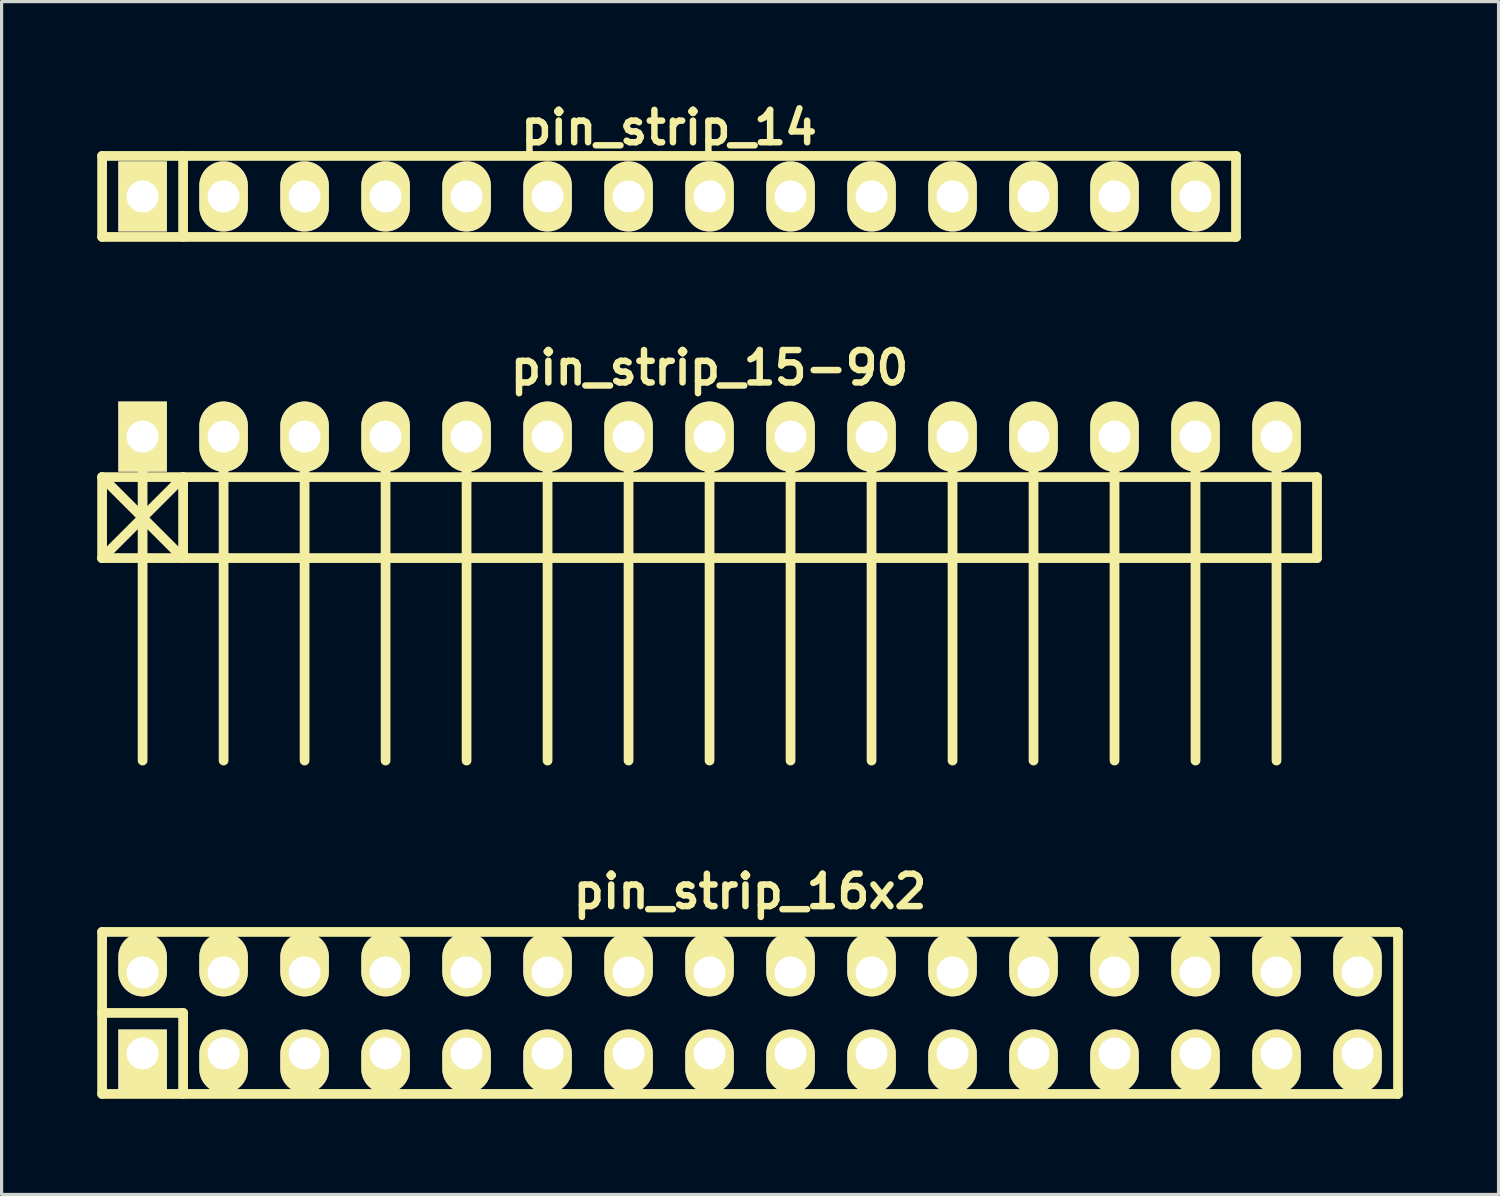
<source format=kicad_pcb>
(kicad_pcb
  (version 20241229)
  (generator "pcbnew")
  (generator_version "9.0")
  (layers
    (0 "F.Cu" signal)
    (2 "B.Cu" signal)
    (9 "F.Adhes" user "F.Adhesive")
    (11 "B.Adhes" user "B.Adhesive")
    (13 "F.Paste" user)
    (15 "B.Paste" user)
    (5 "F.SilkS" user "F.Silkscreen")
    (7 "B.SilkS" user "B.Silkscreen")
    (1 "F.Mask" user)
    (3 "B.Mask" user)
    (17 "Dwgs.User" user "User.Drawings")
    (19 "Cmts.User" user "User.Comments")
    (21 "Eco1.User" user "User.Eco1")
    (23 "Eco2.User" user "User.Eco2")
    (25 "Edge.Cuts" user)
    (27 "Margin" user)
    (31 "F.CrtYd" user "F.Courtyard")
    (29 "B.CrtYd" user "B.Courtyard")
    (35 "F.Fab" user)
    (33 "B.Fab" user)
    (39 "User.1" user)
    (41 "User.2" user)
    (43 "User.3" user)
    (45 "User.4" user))
  (footprint "pin_strip_16x2"
    (layer "F.Cu")
    (at 20.472 28.716)
    (property "Reference" "pin_strip_16x2" (at 0 -3.81 0) (layer "F.SilkS") (effects (font (size 1.016 1.016) (thickness 0.203))))
    (attr through_hole)
    (fp_line (start -20.32 -2.54) (end -20.32 2.54) (stroke (width 0.305) (type solid)) (layer "F.SilkS"))
    (fp_line (start -20.32 -2.54) (end 20.32 -2.54) (stroke (width 0.305) (type solid)) (layer "F.SilkS"))
    (fp_line (start -20.32 0) (end -17.78 0) (stroke (width 0.305) (type solid)) (layer "F.SilkS"))
    (fp_line (start -17.78 0) (end -17.78 2.54) (stroke (width 0.305) (type solid)) (layer "F.SilkS"))
    (fp_line (start 20.32 2.54) (end -20.32 2.54) (stroke (width 0.305) (type solid)) (layer "F.SilkS"))
    (fp_line (start 20.32 2.54) (end 20.32 -2.54) (stroke (width 0.305) (type solid)) (layer "F.SilkS"))
    (pad "1" thru_hole rect (at -19.05 1.27) (size 1.524 1.999) (drill 1.001 (offset 0 0.249)) (layers "*.Cu" "*.Mask" "F.SilkS"))
    (pad "2" thru_hole oval (at -19.05 -1.27) (size 1.524 1.999) (drill 1.001 (offset 0 -0.249)) (layers "*.Cu" "*.Mask" "F.SilkS"))
    (pad "3" thru_hole oval (at -16.51 1.27) (size 1.524 1.999) (drill 1.001 (offset 0 0.249)) (layers "*.Cu" "*.Mask" "F.SilkS"))
    (pad "4" thru_hole oval (at -16.51 -1.27) (size 1.524 1.999) (drill 1.001 (offset 0 -0.249)) (layers "*.Cu" "*.Mask" "F.SilkS"))
    (pad "5" thru_hole oval (at -13.97 1.27) (size 1.524 1.999) (drill 1.001 (offset 0 0.249)) (layers "*.Cu" "*.Mask" "F.SilkS"))
    (pad "6" thru_hole oval (at -13.97 -1.27) (size 1.524 1.999) (drill 1.001 (offset 0 -0.249)) (layers "*.Cu" "*.Mask" "F.SilkS"))
    (pad "7" thru_hole oval (at -11.43 1.27) (size 1.524 1.999) (drill 1.001 (offset 0 0.249)) (layers "*.Cu" "*.Mask" "F.SilkS"))
    (pad "8" thru_hole oval (at -11.43 -1.27) (size 1.524 1.999) (drill 1.001 (offset 0 -0.249)) (layers "*.Cu" "*.Mask" "F.SilkS"))
    (pad "9" thru_hole oval (at -8.89 1.27) (size 1.524 1.999) (drill 1.001 (offset 0 0.249)) (layers "*.Cu" "*.Mask" "F.SilkS"))
    (pad "10" thru_hole oval (at -8.89 -1.27) (size 1.524 1.999) (drill 1.001 (offset 0 -0.249)) (layers "*.Cu" "*.Mask" "F.SilkS"))
    (pad "11" thru_hole oval (at -6.35 1.27) (size 1.524 1.999) (drill 1.001 (offset 0 0.249)) (layers "*.Cu" "*.Mask" "F.SilkS"))
    (pad "12" thru_hole oval (at -6.35 -1.27) (size 1.524 1.999) (drill 1.001 (offset 0 -0.249)) (layers "*.Cu" "*.Mask" "F.SilkS"))
    (pad "13" thru_hole oval (at -3.81 1.27) (size 1.524 1.999) (drill 1.001 (offset 0 0.249)) (layers "*.Cu" "*.Mask" "F.SilkS"))
    (pad "14" thru_hole oval (at -3.81 -1.27) (size 1.524 1.999) (drill 1.001 (offset 0 -0.249)) (layers "*.Cu" "*.Mask" "F.SilkS"))
    (pad "15" thru_hole oval (at -1.27 1.27) (size 1.524 1.999) (drill 1.001 (offset 0 0.249)) (layers "*.Cu" "*.Mask" "F.SilkS"))
    (pad "16" thru_hole oval (at -1.27 -1.27) (size 1.524 1.999) (drill 1.001 (offset 0 -0.249)) (layers "*.Cu" "*.Mask" "F.SilkS"))
    (pad "17" thru_hole oval (at 1.27 1.27) (size 1.524 1.999) (drill 1.001 (offset 0 0.249)) (layers "*.Cu" "*.Mask" "F.SilkS"))
    (pad "18" thru_hole oval (at 1.27 -1.27) (size 1.524 1.999) (drill 1.001 (offset 0 -0.249)) (layers "*.Cu" "*.Mask" "F.SilkS"))
    (pad "19" thru_hole oval (at 3.81 1.27) (size 1.524 1.999) (drill 1.001 (offset 0 0.249)) (layers "*.Cu" "*.Mask" "F.SilkS"))
    (pad "20" thru_hole oval (at 3.81 -1.27) (size 1.524 1.999) (drill 1.001 (offset 0 -0.249)) (layers "*.Cu" "*.Mask" "F.SilkS"))
    (pad "21" thru_hole oval (at 6.35 1.27) (size 1.524 1.999) (drill 1.001 (offset 0 0.249)) (layers "*.Cu" "*.Mask" "F.SilkS"))
    (pad "22" thru_hole oval (at 6.35 -1.27) (size 1.524 1.999) (drill 1.001 (offset 0 -0.249)) (layers "*.Cu" "*.Mask" "F.SilkS"))
    (pad "23" thru_hole oval (at 8.89 1.27) (size 1.524 1.999) (drill 1.001 (offset 0 0.249)) (layers "*.Cu" "*.Mask" "F.SilkS"))
    (pad "24" thru_hole oval (at 8.89 -1.27) (size 1.524 1.999) (drill 1.001 (offset 0 -0.249)) (layers "*.Cu" "*.Mask" "F.SilkS"))
    (pad "25" thru_hole oval (at 11.43 1.27) (size 1.524 1.999) (drill 1.001 (offset 0 0.249)) (layers "*.Cu" "*.Mask" "F.SilkS"))
    (pad "26" thru_hole oval (at 11.43 -1.27) (size 1.524 1.999) (drill 1.001 (offset 0 -0.249)) (layers "*.Cu" "*.Mask" "F.SilkS"))
    (pad "27" thru_hole oval (at 13.97 1.27) (size 1.524 1.999) (drill 1.001 (offset 0 0.249)) (layers "*.Cu" "*.Mask" "F.SilkS"))
    (pad "28" thru_hole oval (at 13.97 -1.27) (size 1.524 1.999) (drill 1.001 (offset 0 -0.249)) (layers "*.Cu" "*.Mask" "F.SilkS"))
    (pad "29" thru_hole oval (at 16.51 1.27) (size 1.524 1.999) (drill 1.001 (offset 0 0.249)) (layers "*.Cu" "*.Mask" "F.SilkS"))
    (pad "30" thru_hole oval (at 16.51 -1.27) (size 1.524 1.999) (drill 1.001 (offset 0 -0.249)) (layers "*.Cu" "*.Mask" "F.SilkS"))
    (pad "31" thru_hole oval (at 19.05 1.27) (size 1.524 1.999) (drill 1.001 (offset 0 0.249)) (layers "*.Cu" "*.Mask" "F.SilkS"))
    (pad "32" thru_hole oval (at 19.05 -1.27) (size 1.524 1.999) (drill 1.001 (offset 0 -0.249)) (layers "*.Cu" "*.Mask" "F.SilkS")))
  (footprint "pin_strip_15-90"
    (layer "F.Cu")
    (at 19.202 10.642)
    (property "Reference" "pin_strip_15-90" (at 0 -2.159 0) (layer "F.SilkS") (effects (font (size 1.016 1.016) (thickness 0.203))))
    (attr through_hole)
    (fp_line (start -19.05 1.27) (end 19.05 1.27) (stroke (width 0.305) (type solid)) (layer "F.SilkS"))
    (fp_line (start -19.05 3.81) (end -19.05 1.27) (stroke (width 0.305) (type solid)) (layer "F.SilkS"))
    (fp_line (start -19.05 3.81) (end -16.51 1.27) (stroke (width 0.305) (type solid)) (layer "F.SilkS"))
    (fp_line (start -17.78 0) (end -17.78 10.16) (stroke (width 0.305) (type solid)) (layer "F.SilkS"))
    (fp_line (start -16.51 1.27) (end -16.51 3.81) (stroke (width 0.305) (type solid)) (layer "F.SilkS"))
    (fp_line (start -16.51 3.81) (end -19.05 1.27) (stroke (width 0.305) (type solid)) (layer "F.SilkS"))
    (fp_line (start -15.24 0) (end -15.24 10.16) (stroke (width 0.305) (type solid)) (layer "F.SilkS"))
    (fp_line (start -12.7 10.16) (end -12.7 0) (stroke (width 0.305) (type solid)) (layer "F.SilkS"))
    (fp_line (start -10.16 0) (end -10.16 10.16) (stroke (width 0.305) (type solid)) (layer "F.SilkS"))
    (fp_line (start -7.62 0) (end -7.62 10.16) (stroke (width 0.305) (type solid)) (layer "F.SilkS"))
    (fp_line (start -5.08 0) (end -5.08 10.16) (stroke (width 0.305) (type solid)) (layer "F.SilkS"))
    (fp_line (start -2.54 0) (end -2.54 10.16) (stroke (width 0.305) (type solid)) (layer "F.SilkS"))
    (fp_line (start 0 0) (end 0 10.16) (stroke (width 0.305) (type solid)) (layer "F.SilkS"))
    (fp_line (start 2.54 0) (end 2.54 10.16) (stroke (width 0.305) (type solid)) (layer "F.SilkS"))
    (fp_line (start 5.08 0) (end 5.08 10.16) (stroke (width 0.305) (type solid)) (layer "F.SilkS"))
    (fp_line (start 7.62 0) (end 7.62 10.16) (stroke (width 0.305) (type solid)) (layer "F.SilkS"))
    (fp_line (start 10.16 0) (end 10.16 10.16) (stroke (width 0.305) (type solid)) (layer "F.SilkS"))
    (fp_line (start 12.7 10.16) (end 12.7 0) (stroke (width 0.305) (type solid)) (layer "F.SilkS"))
    (fp_line (start 15.24 0) (end 15.24 10.16) (stroke (width 0.305) (type solid)) (layer "F.SilkS"))
    (fp_line (start 17.78 0) (end 17.78 10.16) (stroke (width 0.305) (type solid)) (layer "F.SilkS"))
    (fp_line (start 19.05 1.27) (end 19.05 3.81) (stroke (width 0.305) (type solid)) (layer "F.SilkS"))
    (fp_line (start 19.05 3.81) (end -19.05 3.81) (stroke (width 0.305) (type solid)) (layer "F.SilkS"))
    (pad "1" thru_hole rect (at -17.78 0) (size 1.524 2.2) (drill 1.001) (layers "*.Cu" "*.Mask" "F.SilkS"))
    (pad "2" thru_hole oval (at -15.24 0) (size 1.524 2.2) (drill 1.001) (layers "*.Cu" "*.Mask" "F.SilkS"))
    (pad "3" thru_hole oval (at -12.7 0) (size 1.524 2.2) (drill 1.001) (layers "*.Cu" "*.Mask" "F.SilkS"))
    (pad "4" thru_hole oval (at -10.16 0) (size 1.524 2.2) (drill 1.001) (layers "*.Cu" "*.Mask" "F.SilkS"))
    (pad "5" thru_hole oval (at -7.62 0) (size 1.524 2.2) (drill 1.001) (layers "*.Cu" "*.Mask" "F.SilkS"))
    (pad "6" thru_hole oval (at -5.08 0) (size 1.524 2.2) (drill 1.001) (layers "*.Cu" "*.Mask" "F.SilkS"))
    (pad "7" thru_hole oval (at -2.54 0) (size 1.524 2.2) (drill 1.001) (layers "*.Cu" "*.Mask" "F.SilkS"))
    (pad "8" thru_hole oval (at 0 0) (size 1.524 2.2) (drill 1.001) (layers "*.Cu" "*.Mask" "F.SilkS"))
    (pad "9" thru_hole oval (at 2.54 0) (size 1.524 2.2) (drill 1.001) (layers "*.Cu" "*.Mask" "F.SilkS"))
    (pad "10" thru_hole oval (at 5.08 0) (size 1.524 2.2) (drill 1.001) (layers "*.Cu" "*.Mask" "F.SilkS"))
    (pad "11" thru_hole oval (at 7.62 0) (size 1.524 2.2) (drill 1.001) (layers "*.Cu" "*.Mask" "F.SilkS"))
    (pad "12" thru_hole oval (at 10.16 0) (size 1.524 2.2) (drill 1.001) (layers "*.Cu" "*.Mask" "F.SilkS"))
    (pad "13" thru_hole oval (at 12.7 0) (size 1.524 2.2) (drill 1.001) (layers "*.Cu" "*.Mask" "F.SilkS"))
    (pad "14" thru_hole oval (at 15.24 0) (size 1.524 2.2) (drill 1.001) (layers "*.Cu" "*.Mask" "F.SilkS"))
    (pad "15" thru_hole oval (at 17.78 0) (size 1.524 2.2) (drill 1.001) (layers "*.Cu" "*.Mask" "F.SilkS")))
  (footprint "pin_strip_14"
    (layer "F.Cu")
    (at 17.932 3.11)
    (property "Reference" "pin_strip_14" (at 0 -2.159 0) (layer "F.SilkS") (effects (font (size 1.016 1.016) (thickness 0.203))))
    (attr through_hole)
    (fp_line (start -17.78 -1.27) (end 17.78 -1.27) (stroke (width 0.305) (type solid)) (layer "F.SilkS"))
    (fp_line (start -17.78 1.27) (end -17.78 -1.27) (stroke (width 0.305) (type solid)) (layer "F.SilkS"))
    (fp_line (start -15.24 -1.27) (end -15.24 1.27) (stroke (width 0.305) (type solid)) (layer "F.SilkS"))
    (fp_line (start 17.78 -1.27) (end 17.78 1.27) (stroke (width 0.305) (type solid)) (layer "F.SilkS"))
    (fp_line (start 17.78 1.27) (end -17.78 1.27) (stroke (width 0.305) (type solid)) (layer "F.SilkS"))
    (pad "1" thru_hole rect (at -16.51 0) (size 1.524 2.2) (drill 1.001) (layers "*.Cu" "*.Mask" "F.SilkS"))
    (pad "2" thru_hole oval (at -13.97 0) (size 1.524 2.2) (drill 1.001) (layers "*.Cu" "*.Mask" "F.SilkS"))
    (pad "3" thru_hole oval (at -11.43 0) (size 1.524 2.2) (drill 1.001) (layers "*.Cu" "*.Mask" "F.SilkS"))
    (pad "4" thru_hole oval (at -8.89 0) (size 1.524 2.2) (drill 1.001) (layers "*.Cu" "*.Mask" "F.SilkS"))
    (pad "5" thru_hole oval (at -6.35 0) (size 1.524 2.2) (drill 1.001) (layers "*.Cu" "*.Mask" "F.SilkS"))
    (pad "6" thru_hole oval (at -3.81 0) (size 1.524 2.2) (drill 1.001) (layers "*.Cu" "*.Mask" "F.SilkS"))
    (pad "7" thru_hole oval (at -1.27 0) (size 1.524 2.2) (drill 1.001) (layers "*.Cu" "*.Mask" "F.SilkS"))
    (pad "8" thru_hole oval (at 1.27 0) (size 1.524 2.2) (drill 1.001) (layers "*.Cu" "*.Mask" "F.SilkS"))
    (pad "9" thru_hole oval (at 3.81 0) (size 1.524 2.2) (drill 1.001) (layers "*.Cu" "*.Mask" "F.SilkS"))
    (pad "10" thru_hole oval (at 6.35 0) (size 1.524 2.2) (drill 1.001) (layers "*.Cu" "*.Mask" "F.SilkS"))
    (pad "11" thru_hole oval (at 8.89 0) (size 1.524 2.2) (drill 1.001) (layers "*.Cu" "*.Mask" "F.SilkS"))
    (pad "12" thru_hole oval (at 11.43 0) (size 1.524 2.2) (drill 1.001) (layers "*.Cu" "*.Mask" "F.SilkS"))
    (pad "13" thru_hole oval (at 13.97 0) (size 1.524 2.2) (drill 1.001) (layers "*.Cu" "*.Mask" "F.SilkS"))
    (pad "14" thru_hole oval (at 16.51 0) (size 1.524 2.2) (drill 1.001) (layers "*.Cu" "*.Mask" "F.SilkS")))
  (gr_rect
    (start -3 -3)
    (end 43.945 34.408)
    (stroke (width 0.1) (type default))
    (fill no)
    (layer "Edge.Cuts")))
</source>
